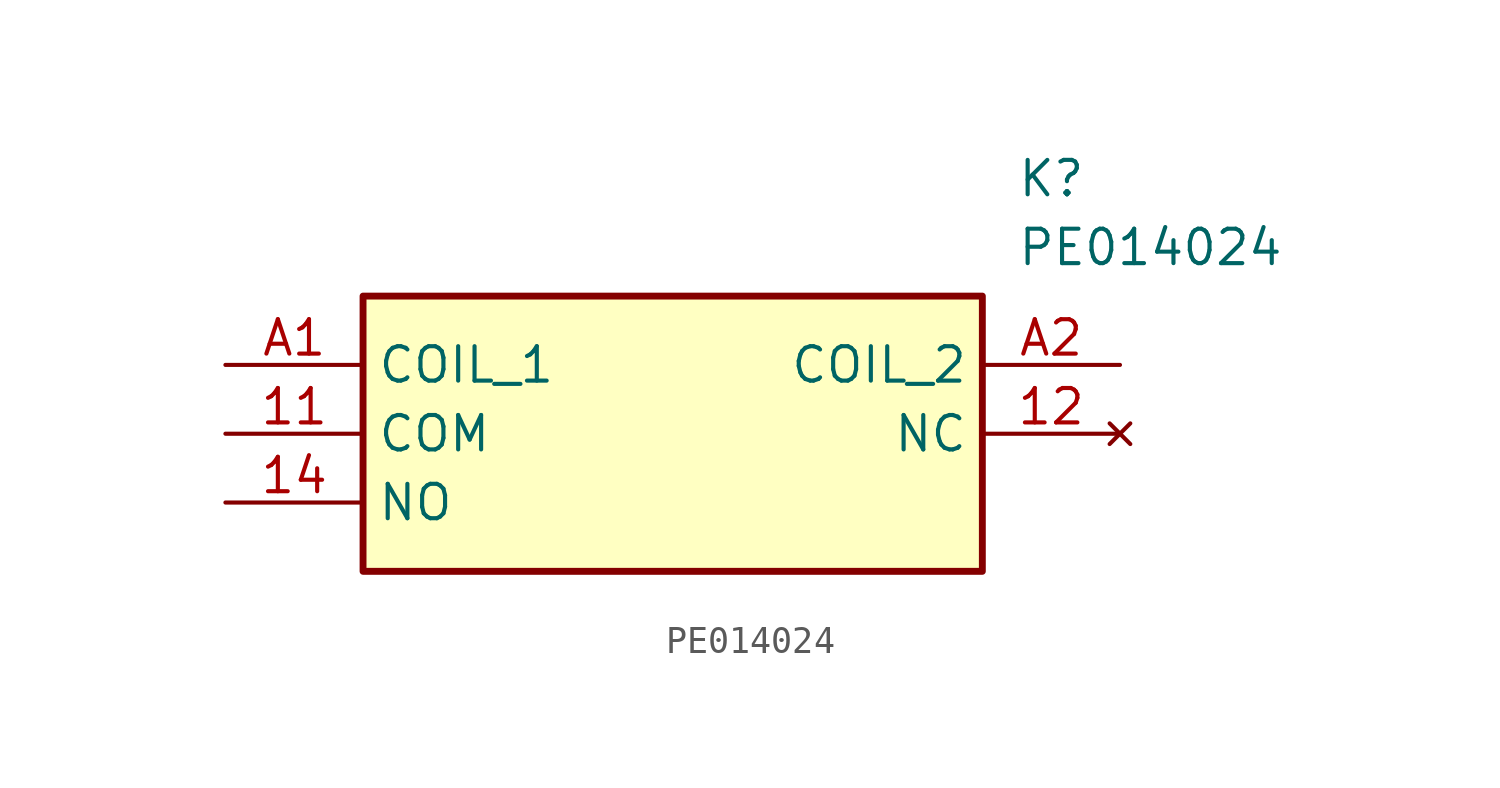
<source format=kicad_sym>
(kicad_symbol_lib
  (version 20211014)
  (generator SamacSys_ECAD_Model)
  (symbol "PE014024"
    (property "Reference" "K"
      (at 29.21 7.62 0)
      (effects (font (size 1.27 1.27)) (justify left top)))
    (property "Value" "PE014024"
      (at 29.21 5.08 0)
      (effects (font (size 1.27 1.27)) (justify left top)))
    (rectangle
      (start 5.08 2.54)
      (end 27.94 -7.62)
      (stroke (width 0.254) (type default))
      (fill (type background)))
    (pin passive line
      (at 0 -2.54 0)
      (length 5.08)
      (name "COM" (effects (font (size 1.27 1.27))))
      (number "11" (effects (font (size 1.27 1.27)))))
    (pin no_connect line
      (at 33.02 -2.54 180)
      (length 5.08)
      (name "NC" (effects (font (size 1.27 1.27))))
      (number "12" (effects (font (size 1.27 1.27)))))
    (pin passive line
      (at 0 -5.08 0)
      (length 5.08)
      (name "NO" (effects (font (size 1.27 1.27))))
      (number "14" (effects (font (size 1.27 1.27)))))
    (pin passive line
      (at 0 0 0)
      (length 5.08)
      (name "COIL_1" (effects (font (size 1.27 1.27))))
      (number "A1" (effects (font (size 1.27 1.27)))))
    (pin passive line
      (at 33.02 0 180)
      (length 5.08)
      (name "COIL_2" (effects (font (size 1.27 1.27))))
      (number "A2" (effects (font (size 1.27 1.27)))))))
</source>
